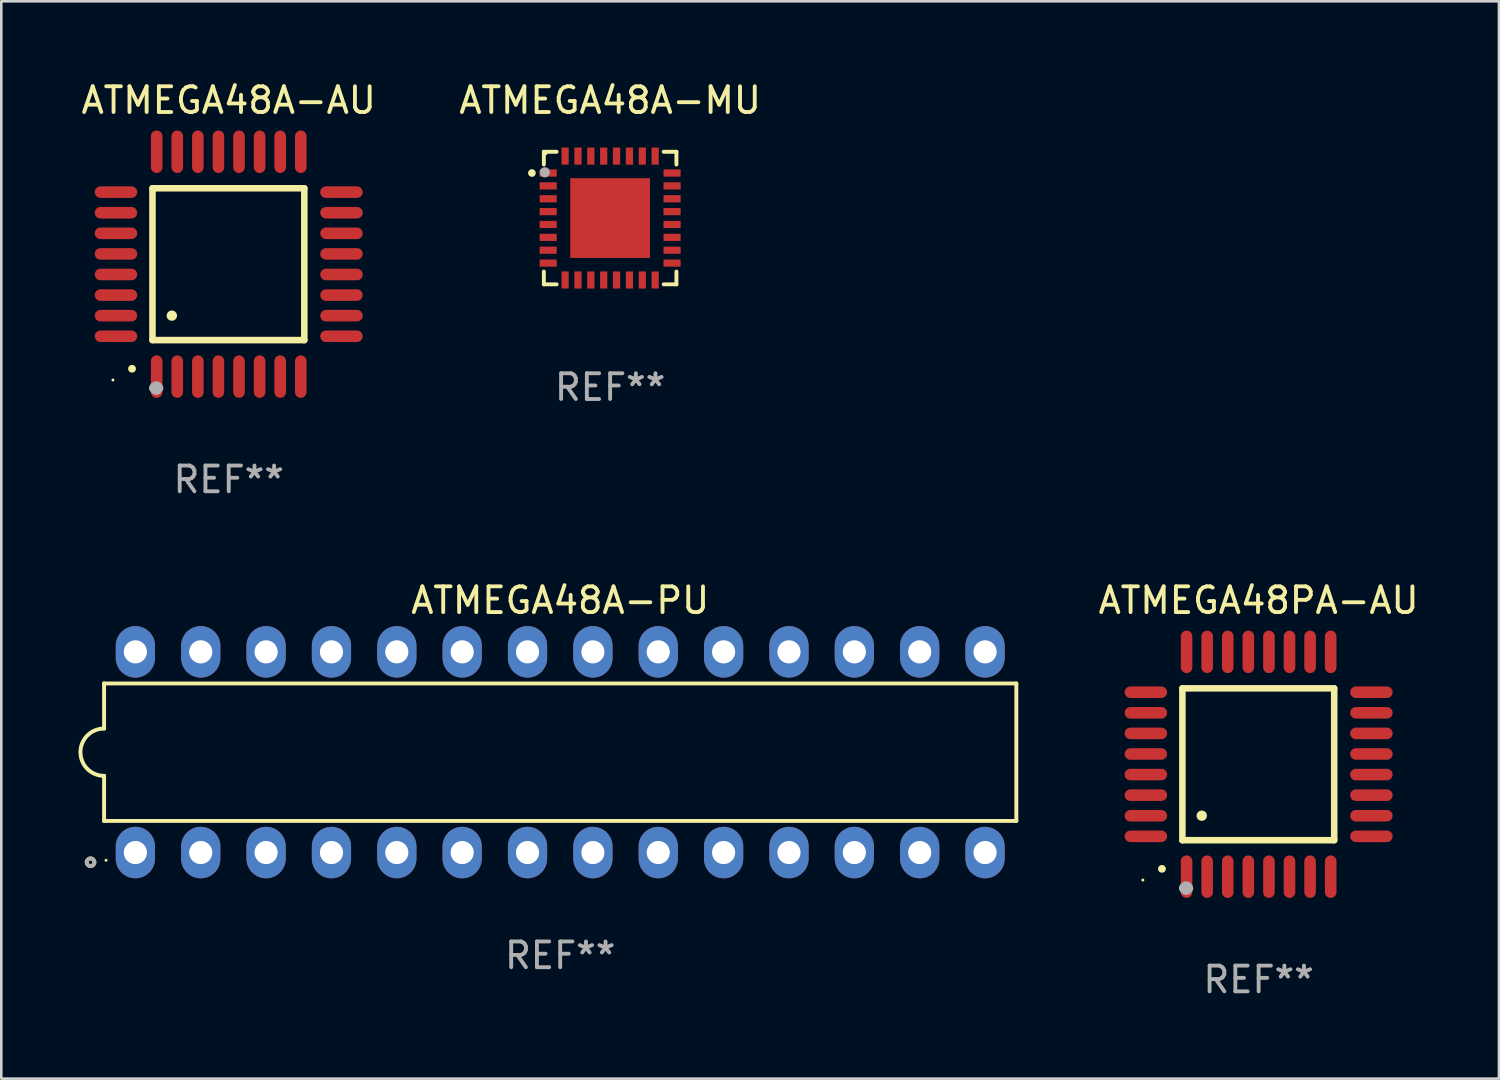
<source format=kicad_pcb>
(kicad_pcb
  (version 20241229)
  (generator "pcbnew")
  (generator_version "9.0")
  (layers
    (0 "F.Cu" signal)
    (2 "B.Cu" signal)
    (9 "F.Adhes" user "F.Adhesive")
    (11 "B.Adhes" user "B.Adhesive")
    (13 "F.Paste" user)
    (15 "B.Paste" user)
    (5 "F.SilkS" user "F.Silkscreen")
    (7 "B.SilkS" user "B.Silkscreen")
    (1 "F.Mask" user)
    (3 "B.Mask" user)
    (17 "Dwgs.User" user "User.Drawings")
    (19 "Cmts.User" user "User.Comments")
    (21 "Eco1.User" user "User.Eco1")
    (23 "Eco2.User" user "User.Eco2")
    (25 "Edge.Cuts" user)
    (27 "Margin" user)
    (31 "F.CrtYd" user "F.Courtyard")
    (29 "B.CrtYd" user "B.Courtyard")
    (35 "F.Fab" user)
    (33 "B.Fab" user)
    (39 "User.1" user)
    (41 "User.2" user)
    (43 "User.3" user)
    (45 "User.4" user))
  (footprint "ATMEGA48A-PU"
    (layer "F.Cu")
    (at 18.721 26.182)
    (property "Reference" "ATMEGA48A-PU" (at 0 -5.9 0) (layer "F.SilkS") (effects (font (size 1 1) (thickness 0.15))))
    (attr through_hole)
    (fp_line (start -17.726 -2.671) (end -17.726 -0.919) (stroke (width 0.152) (type solid)) (layer "F.SilkS"))
    (fp_line (start -17.726 0.919) (end -17.726 2.671) (stroke (width 0.152) (type solid)) (layer "F.SilkS"))
    (fp_line (start -17.726 2.671) (end 17.726 2.671) (stroke (width 0.152) (type solid)) (layer "F.SilkS"))
    (fp_line (start 17.726 -2.671) (end -17.726 -2.671) (stroke (width 0.152) (type solid)) (layer "F.SilkS"))
    (fp_line (start 17.726 2.671) (end 17.726 -2.671) (stroke (width 0.152) (type solid)) (layer "F.SilkS"))
    (fp_arc (start -17.726213 0.91875) (mid -18.644963 0) (end -17.726213 -0.91875) (stroke (width 0.1524) (type solid)) (layer "F.SilkS"))
    (fp_circle (center -18.252 4.277) (end -18.178 4.277) (stroke (width 0.15) (type solid)) (fill no) (layer "F.SilkS"))
    (fp_circle (center -17.65 4.2) (end -17.62 4.2) (stroke (width 0.06) (type solid)) (fill no) (layer "F.SilkS"))
    (fp_circle (center -18.252 4.277) (end -18.178 4.277) (stroke (width 0.15) (type solid)) (fill no) (layer "F.Fab"))
    (fp_text user "REF**" (at 0 7.9 0) (layer "F.Fab") (effects (font (size 1 1) (thickness 0.15))))
    (pad "1" thru_hole oval (at -16.51 3.9) (size 1.524 2) (drill 0.9) (layers "*.Cu" "*.Mask"))
    (pad "2" thru_hole oval (at -13.97 3.9) (size 1.524 2) (drill 0.9) (layers "*.Cu" "*.Mask"))
    (pad "3" thru_hole oval (at -11.43 3.9) (size 1.524 2) (drill 0.9) (layers "*.Cu" "*.Mask"))
    (pad "4" thru_hole oval (at -8.89 3.9) (size 1.524 2) (drill 0.9) (layers "*.Cu" "*.Mask"))
    (pad "5" thru_hole oval (at -6.35 3.9) (size 1.524 2) (drill 0.9) (layers "*.Cu" "*.Mask"))
    (pad "6" thru_hole oval (at -3.81 3.9) (size 1.524 2) (drill 0.9) (layers "*.Cu" "*.Mask"))
    (pad "7" thru_hole oval (at -1.27 3.9) (size 1.524 2) (drill 0.9) (layers "*.Cu" "*.Mask"))
    (pad "8" thru_hole oval (at 1.27 3.9) (size 1.524 2) (drill 0.9) (layers "*.Cu" "*.Mask"))
    (pad "9" thru_hole oval (at 3.81 3.9) (size 1.524 2) (drill 0.9) (layers "*.Cu" "*.Mask"))
    (pad "10" thru_hole oval (at 6.35 3.9) (size 1.524 2) (drill 0.9) (layers "*.Cu" "*.Mask"))
    (pad "11" thru_hole oval (at 8.89 3.9) (size 1.524 2) (drill 0.9) (layers "*.Cu" "*.Mask"))
    (pad "12" thru_hole oval (at 11.43 3.9) (size 1.524 2) (drill 0.9) (layers "*.Cu" "*.Mask"))
    (pad "13" thru_hole oval (at 13.97 3.9) (size 1.524 2) (drill 0.9) (layers "*.Cu" "*.Mask"))
    (pad "14" thru_hole oval (at 16.51 3.9) (size 1.524 2) (drill 0.9) (layers "*.Cu" "*.Mask"))
    (pad "15" thru_hole oval (at 16.51 -3.9) (size 1.524 2) (drill 0.9) (layers "*.Cu" "*.Mask"))
    (pad "16" thru_hole oval (at 13.97 -3.9) (size 1.524 2) (drill 0.9) (layers "*.Cu" "*.Mask"))
    (pad "17" thru_hole oval (at 11.43 -3.9) (size 1.524 2) (drill 0.9) (layers "*.Cu" "*.Mask"))
    (pad "18" thru_hole oval (at 8.89 -3.9) (size 1.524 2) (drill 0.9) (layers "*.Cu" "*.Mask"))
    (pad "19" thru_hole oval (at 6.35 -3.9) (size 1.524 2) (drill 0.9) (layers "*.Cu" "*.Mask"))
    (pad "20" thru_hole oval (at 3.81 -3.9) (size 1.524 2) (drill 0.9) (layers "*.Cu" "*.Mask"))
    (pad "21" thru_hole oval (at 1.27 -3.9) (size 1.524 2) (drill 0.9) (layers "*.Cu" "*.Mask"))
    (pad "22" thru_hole oval (at -1.27 -3.9) (size 1.524 2) (drill 0.9) (layers "*.Cu" "*.Mask"))
    (pad "23" thru_hole oval (at -3.81 -3.9) (size 1.524 2) (drill 0.9) (layers "*.Cu" "*.Mask"))
    (pad "24" thru_hole oval (at -6.35 -3.9) (size 1.524 2) (drill 0.9) (layers "*.Cu" "*.Mask"))
    (pad "25" thru_hole oval (at -8.89 -3.9) (size 1.524 2) (drill 0.9) (layers "*.Cu" "*.Mask"))
    (pad "26" thru_hole oval (at -11.43 -3.9) (size 1.524 2) (drill 0.9) (layers "*.Cu" "*.Mask"))
    (pad "27" thru_hole oval (at -13.97 -3.9) (size 1.524 2) (drill 0.9) (layers "*.Cu" "*.Mask"))
    (pad "28" thru_hole oval (at -16.51 -3.9) (size 1.524 2) (drill 0.9) (layers "*.Cu" "*.Mask")))
  (footprint "ATMEGA48A-MU"
    (layer "F.Cu")
    (at 20.661 5.424)
    (property "Reference" "ATMEGA48A-MU" (at 0 -4.576 0) (layer "F.SilkS") (effects (font (size 1 1) (thickness 0.15))))
    (attr through_hole)
    (fp_line (start -2.576 -2.576) (end -2.576 -2.08) (stroke (width 0.152) (type solid)) (layer "F.SilkS"))
    (fp_line (start -2.576 2.576) (end -2.576 2.08) (stroke (width 0.152) (type solid)) (layer "F.SilkS"))
    (fp_line (start -2.08 -2.576) (end -2.576 -2.576) (stroke (width 0.152) (type solid)) (layer "F.SilkS"))
    (fp_line (start -2.08 2.576) (end -2.576 2.576) (stroke (width 0.152) (type solid)) (layer "F.SilkS"))
    (fp_line (start 2.08 -2.576) (end 2.576 -2.576) (stroke (width 0.152) (type solid)) (layer "F.SilkS"))
    (fp_line (start 2.08 2.576) (end 2.576 2.576) (stroke (width 0.152) (type solid)) (layer "F.SilkS"))
    (fp_line (start 2.576 -2.576) (end 2.576 -2.08) (stroke (width 0.152) (type solid)) (layer "F.SilkS"))
    (fp_line (start 2.576 2.576) (end 2.576 2.08) (stroke (width 0.152) (type solid)) (layer "F.SilkS"))
    (fp_circle (center -3.04 -1.75) (end -2.965 -1.75) (stroke (width 0.15) (type solid)) (fill no) (layer "F.SilkS"))
    (fp_circle (center -2.5 -2.5) (end -2.47 -2.5) (stroke (width 0.06) (type solid)) (fill no) (layer "F.SilkS"))
    (fp_circle (center -2.54 -1.778) (end -2.44 -1.778) (stroke (width 0.2) (type solid)) (fill no) (layer "F.Fab"))
    (fp_text user "REF**" (at 0 6.576 0) (layer "F.Fab") (effects (font (size 1 1) (thickness 0.15))))
    (pad "1" smd rect (at -2.407 -1.75) (size 0.665 0.28) (layers "F.Cu" "F.Mask" "F.Paste"))
    (pad "2" smd rect (at -2.407 -1.25) (size 0.665 0.28) (layers "F.Cu" "F.Mask" "F.Paste"))
    (pad "3" smd rect (at -2.407 -0.75) (size 0.665 0.28) (layers "F.Cu" "F.Mask" "F.Paste"))
    (pad "4" smd rect (at -2.407 -0.25) (size 0.665 0.28) (layers "F.Cu" "F.Mask" "F.Paste"))
    (pad "5" smd rect (at -2.407 0.25) (size 0.665 0.28) (layers "F.Cu" "F.Mask" "F.Paste"))
    (pad "6" smd rect (at -2.407 0.75) (size 0.665 0.28) (layers "F.Cu" "F.Mask" "F.Paste"))
    (pad "7" smd rect (at -2.407 1.25) (size 0.665 0.28) (layers "F.Cu" "F.Mask" "F.Paste"))
    (pad "8" smd rect (at -2.407 1.75) (size 0.665 0.28) (layers "F.Cu" "F.Mask" "F.Paste"))
    (pad "9" smd rect (at -1.75 2.407) (size 0.28 0.665) (layers "F.Cu" "F.Mask" "F.Paste"))
    (pad "10" smd rect (at -1.25 2.407) (size 0.28 0.665) (layers "F.Cu" "F.Mask" "F.Paste"))
    (pad "11" smd rect (at -0.75 2.407) (size 0.28 0.665) (layers "F.Cu" "F.Mask" "F.Paste"))
    (pad "12" smd rect (at -0.25 2.407) (size 0.28 0.665) (layers "F.Cu" "F.Mask" "F.Paste"))
    (pad "13" smd rect (at 0.25 2.407) (size 0.28 0.665) (layers "F.Cu" "F.Mask" "F.Paste"))
    (pad "14" smd rect (at 0.75 2.407) (size 0.28 0.665) (layers "F.Cu" "F.Mask" "F.Paste"))
    (pad "15" smd rect (at 1.25 2.407) (size 0.28 0.665) (layers "F.Cu" "F.Mask" "F.Paste"))
    (pad "16" smd rect (at 1.75 2.407) (size 0.28 0.665) (layers "F.Cu" "F.Mask" "F.Paste"))
    (pad "17" smd rect (at 2.407 1.75) (size 0.665 0.28) (layers "F.Cu" "F.Mask" "F.Paste"))
    (pad "18" smd rect (at 2.407 1.25) (size 0.665 0.28) (layers "F.Cu" "F.Mask" "F.Paste"))
    (pad "19" smd rect (at 2.407 0.75) (size 0.665 0.28) (layers "F.Cu" "F.Mask" "F.Paste"))
    (pad "20" smd rect (at 2.407 0.25) (size 0.665 0.28) (layers "F.Cu" "F.Mask" "F.Paste"))
    (pad "21" smd rect (at 2.407 -0.25) (size 0.665 0.28) (layers "F.Cu" "F.Mask" "F.Paste"))
    (pad "22" smd rect (at 2.407 -0.75) (size 0.665 0.28) (layers "F.Cu" "F.Mask" "F.Paste"))
    (pad "23" smd rect (at 2.407 -1.25) (size 0.665 0.28) (layers "F.Cu" "F.Mask" "F.Paste"))
    (pad "24" smd rect (at 2.407 -1.75) (size 0.665 0.28) (layers "F.Cu" "F.Mask" "F.Paste"))
    (pad "25" smd rect (at 1.75 -2.408) (size 0.28 0.665) (layers "F.Cu" "F.Mask" "F.Paste"))
    (pad "26" smd rect (at 1.25 -2.408) (size 0.28 0.665) (layers "F.Cu" "F.Mask" "F.Paste"))
    (pad "27" smd rect (at 0.75 -2.408) (size 0.28 0.665) (layers "F.Cu" "F.Mask" "F.Paste"))
    (pad "28" smd rect (at 0.25 -2.408) (size 0.28 0.665) (layers "F.Cu" "F.Mask" "F.Paste"))
    (pad "29" smd rect (at -0.25 -2.408) (size 0.28 0.665) (layers "F.Cu" "F.Mask" "F.Paste"))
    (pad "30" smd rect (at -0.75 -2.408) (size 0.28 0.665) (layers "F.Cu" "F.Mask" "F.Paste"))
    (pad "31" smd rect (at -1.25 -2.408) (size 0.28 0.665) (layers "F.Cu" "F.Mask" "F.Paste"))
    (pad "32" smd rect (at -1.75 -2.408) (size 0.28 0.665) (layers "F.Cu" "F.Mask" "F.Paste"))
    (pad "33" smd rect (at -0.000076 -0.000102) (size 3.1 3.1) (layers "F.Cu" "F.Mask" "F.Paste")))
  (footprint "ATMEGA48PA-AU"
    (layer "F.Cu")
    (at 45.863 26.651)
    (property "Reference" "ATMEGA48PA-AU" (at 0 -6.369 0) (layer "F.SilkS") (effects (font (size 1 1) (thickness 0.15))))
    (attr through_hole)
    (fp_line (start -2.963 -2.95) (end -2.963 2.95) (stroke (width 0.254) (type solid)) (layer "F.SilkS"))
    (fp_line (start -2.963 2.95) (end 2.937 2.95) (stroke (width 0.254) (type solid)) (layer "F.SilkS"))
    (fp_line (start 2.937 -2.95) (end -2.963 -2.95) (stroke (width 0.254) (type solid)) (layer "F.SilkS"))
    (fp_line (start 2.937 2.95) (end 2.937 -2.95) (stroke (width 0.254) (type solid)) (layer "F.SilkS"))
    (fp_arc (start -3.759208 4.064008) (mid -3.757938 4.064003) (end -3.756668 4.064008) (stroke (width 0.3) (type solid)) (layer "F.SilkS"))
    (fp_arc (start -2.212344 1.998984) (mid -2.211074 1.99898) (end -2.209804 1.998984) (stroke (width 0.4) (type solid)) (layer "F.SilkS"))
    (fp_circle (center -4.5 4.5) (end -4.47 4.5) (stroke (width 0.06) (type solid)) (fill no) (layer "F.SilkS"))
    (fp_arc (start -2.967489 4.82601) (mid -2.819406 4.677927) (end -2.671323 4.82601) (stroke (width 0.254001) (type solid)) (layer "F.Fab"))
    (fp_arc (start -2.967488 4.82601) (mid -2.819406 4.791053) (end -2.671324 4.82601) (stroke (width 0.254001) (type solid)) (layer "F.Fab"))
    (fp_circle (center -2.819 4.826) (end -2.692 4.826) (stroke (width 0.254) (type solid)) (fill no) (layer "F.Fab"))
    (fp_text user "REF**" (at 0 8.369 0) (layer "F.Fab") (effects (font (size 1 1) (thickness 0.15))))
    (pad "1" smd oval (at -2.8 4.369) (size 0.45 1.65) (layers "F.Cu" "F.Mask" "F.Paste"))
    (pad "2" smd oval (at -2 4.369) (size 0.45 1.65) (layers "F.Cu" "F.Mask" "F.Paste"))
    (pad "3" smd oval (at -1.2 4.369) (size 0.45 1.65) (layers "F.Cu" "F.Mask" "F.Paste"))
    (pad "4" smd oval (at -0.4 4.369) (size 0.45 1.65) (layers "F.Cu" "F.Mask" "F.Paste"))
    (pad "5" smd oval (at 0.4 4.369) (size 0.45 1.65) (layers "F.Cu" "F.Mask" "F.Paste"))
    (pad "6" smd oval (at 1.2 4.369) (size 0.45 1.65) (layers "F.Cu" "F.Mask" "F.Paste"))
    (pad "7" smd oval (at 2 4.369) (size 0.45 1.65) (layers "F.Cu" "F.Mask" "F.Paste"))
    (pad "8" smd oval (at 2.8 4.369) (size 0.45 1.65) (layers "F.Cu" "F.Mask" "F.Paste"))
    (pad "9" smd oval (at 4.382 2.8) (size 1.65 0.45) (layers "F.Cu" "F.Mask" "F.Paste"))
    (pad "10" smd oval (at 4.382 2) (size 1.65 0.45) (layers "F.Cu" "F.Mask" "F.Paste"))
    (pad "11" smd oval (at 4.382 1.2) (size 1.65 0.45) (layers "F.Cu" "F.Mask" "F.Paste"))
    (pad "12" smd oval (at 4.382 0.4) (size 1.65 0.45) (layers "F.Cu" "F.Mask" "F.Paste"))
    (pad "13" smd oval (at 4.382 -0.4) (size 1.65 0.45) (layers "F.Cu" "F.Mask" "F.Paste"))
    (pad "14" smd oval (at 4.382 -1.2) (size 1.65 0.45) (layers "F.Cu" "F.Mask" "F.Paste"))
    (pad "15" smd oval (at 4.382 -2) (size 1.65 0.45) (layers "F.Cu" "F.Mask" "F.Paste"))
    (pad "16" smd oval (at 4.382 -2.8) (size 1.65 0.45) (layers "F.Cu" "F.Mask" "F.Paste"))
    (pad "17" smd oval (at 2.8 -4.369) (size 0.45 1.65) (layers "F.Cu" "F.Mask" "F.Paste"))
    (pad "18" smd oval (at 2 -4.369) (size 0.45 1.65) (layers "F.Cu" "F.Mask" "F.Paste"))
    (pad "19" smd oval (at 1.2 -4.369) (size 0.45 1.65) (layers "F.Cu" "F.Mask" "F.Paste"))
    (pad "20" smd oval (at 0.4 -4.369) (size 0.45 1.65) (layers "F.Cu" "F.Mask" "F.Paste"))
    (pad "21" smd oval (at -0.4 -4.369) (size 0.45 1.65) (layers "F.Cu" "F.Mask" "F.Paste"))
    (pad "22" smd oval (at -1.2 -4.369) (size 0.45 1.65) (layers "F.Cu" "F.Mask" "F.Paste"))
    (pad "23" smd oval (at -2 -4.369) (size 0.45 1.65) (layers "F.Cu" "F.Mask" "F.Paste"))
    (pad "24" smd oval (at -2.8 -4.369) (size 0.45 1.65) (layers "F.Cu" "F.Mask" "F.Paste"))
    (pad "25" smd oval (at -4.382 -2.8) (size 1.65 0.45) (layers "F.Cu" "F.Mask" "F.Paste"))
    (pad "26" smd oval (at -4.382 -2) (size 1.65 0.45) (layers "F.Cu" "F.Mask" "F.Paste"))
    (pad "27" smd oval (at -4.382 -1.2) (size 1.65 0.45) (layers "F.Cu" "F.Mask" "F.Paste"))
    (pad "28" smd oval (at -4.382 -0.4) (size 1.65 0.45) (layers "F.Cu" "F.Mask" "F.Paste"))
    (pad "29" smd oval (at -4.382 0.4) (size 1.65 0.45) (layers "F.Cu" "F.Mask" "F.Paste"))
    (pad "30" smd oval (at -4.382 1.2) (size 1.65 0.45) (layers "F.Cu" "F.Mask" "F.Paste"))
    (pad "31" smd oval (at -4.382 2) (size 1.65 0.45) (layers "F.Cu" "F.Mask" "F.Paste"))
    (pad "32" smd oval (at -4.382 2.8) (size 1.65 0.45) (layers "F.Cu" "F.Mask" "F.Paste")))
  (footprint "ATMEGA48A-AU"
    (layer "F.Cu")
    (at 5.839 7.217)
    (property "Reference" "ATMEGA48A-AU" (at 0 -6.369 0) (layer "F.SilkS") (effects (font (size 1 1) (thickness 0.15))))
    (attr through_hole)
    (fp_line (start -2.963 -2.95) (end -2.963 2.95) (stroke (width 0.254) (type solid)) (layer "F.SilkS"))
    (fp_line (start -2.963 2.95) (end 2.937 2.95) (stroke (width 0.254) (type solid)) (layer "F.SilkS"))
    (fp_line (start 2.937 -2.95) (end -2.963 -2.95) (stroke (width 0.254) (type solid)) (layer "F.SilkS"))
    (fp_line (start 2.937 2.95) (end 2.937 -2.95) (stroke (width 0.254) (type solid)) (layer "F.SilkS"))
    (fp_arc (start -3.759208 4.064008) (mid -3.757938 4.064003) (end -3.756668 4.064008) (stroke (width 0.3) (type solid)) (layer "F.SilkS"))
    (fp_arc (start -2.212344 1.998984) (mid -2.211074 1.99898) (end -2.209804 1.998984) (stroke (width 0.4) (type solid)) (layer "F.SilkS"))
    (fp_circle (center -4.5 4.5) (end -4.47 4.5) (stroke (width 0.06) (type solid)) (fill no) (layer "F.SilkS"))
    (fp_arc (start -2.967489 4.82601) (mid -2.819406 4.677927) (end -2.671323 4.82601) (stroke (width 0.254001) (type solid)) (layer "F.Fab"))
    (fp_arc (start -2.967488 4.82601) (mid -2.819406 4.791053) (end -2.671324 4.82601) (stroke (width 0.254001) (type solid)) (layer "F.Fab"))
    (fp_circle (center -2.819 4.826) (end -2.692 4.826) (stroke (width 0.254) (type solid)) (fill no) (layer "F.Fab"))
    (fp_text user "REF**" (at 0 8.369 0) (layer "F.Fab") (effects (font (size 1 1) (thickness 0.15))))
    (pad "1" smd oval (at -2.8 4.369) (size 0.45 1.65) (layers "F.Cu" "F.Mask" "F.Paste"))
    (pad "2" smd oval (at -2 4.369) (size 0.45 1.65) (layers "F.Cu" "F.Mask" "F.Paste"))
    (pad "3" smd oval (at -1.2 4.369) (size 0.45 1.65) (layers "F.Cu" "F.Mask" "F.Paste"))
    (pad "4" smd oval (at -0.4 4.369) (size 0.45 1.65) (layers "F.Cu" "F.Mask" "F.Paste"))
    (pad "5" smd oval (at 0.4 4.369) (size 0.45 1.65) (layers "F.Cu" "F.Mask" "F.Paste"))
    (pad "6" smd oval (at 1.2 4.369) (size 0.45 1.65) (layers "F.Cu" "F.Mask" "F.Paste"))
    (pad "7" smd oval (at 2 4.369) (size 0.45 1.65) (layers "F.Cu" "F.Mask" "F.Paste"))
    (pad "8" smd oval (at 2.8 4.369) (size 0.45 1.65) (layers "F.Cu" "F.Mask" "F.Paste"))
    (pad "9" smd oval (at 4.382 2.8) (size 1.65 0.45) (layers "F.Cu" "F.Mask" "F.Paste"))
    (pad "10" smd oval (at 4.382 2) (size 1.65 0.45) (layers "F.Cu" "F.Mask" "F.Paste"))
    (pad "11" smd oval (at 4.382 1.2) (size 1.65 0.45) (layers "F.Cu" "F.Mask" "F.Paste"))
    (pad "12" smd oval (at 4.382 0.4) (size 1.65 0.45) (layers "F.Cu" "F.Mask" "F.Paste"))
    (pad "13" smd oval (at 4.382 -0.4) (size 1.65 0.45) (layers "F.Cu" "F.Mask" "F.Paste"))
    (pad "14" smd oval (at 4.382 -1.2) (size 1.65 0.45) (layers "F.Cu" "F.Mask" "F.Paste"))
    (pad "15" smd oval (at 4.382 -2) (size 1.65 0.45) (layers "F.Cu" "F.Mask" "F.Paste"))
    (pad "16" smd oval (at 4.382 -2.8) (size 1.65 0.45) (layers "F.Cu" "F.Mask" "F.Paste"))
    (pad "17" smd oval (at 2.8 -4.369) (size 0.45 1.65) (layers "F.Cu" "F.Mask" "F.Paste"))
    (pad "18" smd oval (at 2 -4.369) (size 0.45 1.65) (layers "F.Cu" "F.Mask" "F.Paste"))
    (pad "19" smd oval (at 1.2 -4.369) (size 0.45 1.65) (layers "F.Cu" "F.Mask" "F.Paste"))
    (pad "20" smd oval (at 0.4 -4.369) (size 0.45 1.65) (layers "F.Cu" "F.Mask" "F.Paste"))
    (pad "21" smd oval (at -0.4 -4.369) (size 0.45 1.65) (layers "F.Cu" "F.Mask" "F.Paste"))
    (pad "22" smd oval (at -1.2 -4.369) (size 0.45 1.65) (layers "F.Cu" "F.Mask" "F.Paste"))
    (pad "23" smd oval (at -2 -4.369) (size 0.45 1.65) (layers "F.Cu" "F.Mask" "F.Paste"))
    (pad "24" smd oval (at -2.8 -4.369) (size 0.45 1.65) (layers "F.Cu" "F.Mask" "F.Paste"))
    (pad "25" smd oval (at -4.382 -2.8) (size 1.65 0.45) (layers "F.Cu" "F.Mask" "F.Paste"))
    (pad "26" smd oval (at -4.382 -2) (size 1.65 0.45) (layers "F.Cu" "F.Mask" "F.Paste"))
    (pad "27" smd oval (at -4.382 -1.2) (size 1.65 0.45) (layers "F.Cu" "F.Mask" "F.Paste"))
    (pad "28" smd oval (at -4.382 -0.4) (size 1.65 0.45) (layers "F.Cu" "F.Mask" "F.Paste"))
    (pad "29" smd oval (at -4.382 0.4) (size 1.65 0.45) (layers "F.Cu" "F.Mask" "F.Paste"))
    (pad "30" smd oval (at -4.382 1.2) (size 1.65 0.45) (layers "F.Cu" "F.Mask" "F.Paste"))
    (pad "31" smd oval (at -4.382 2) (size 1.65 0.45) (layers "F.Cu" "F.Mask" "F.Paste"))
    (pad "32" smd oval (at -4.382 2.8) (size 1.65 0.45) (layers "F.Cu" "F.Mask" "F.Paste")))
  (gr_rect
    (start -3 -3)
    (end 55.202 38.868)
    (stroke (width 0.1) (type default))
    (fill no)
    (layer "Edge.Cuts")))
</source>
